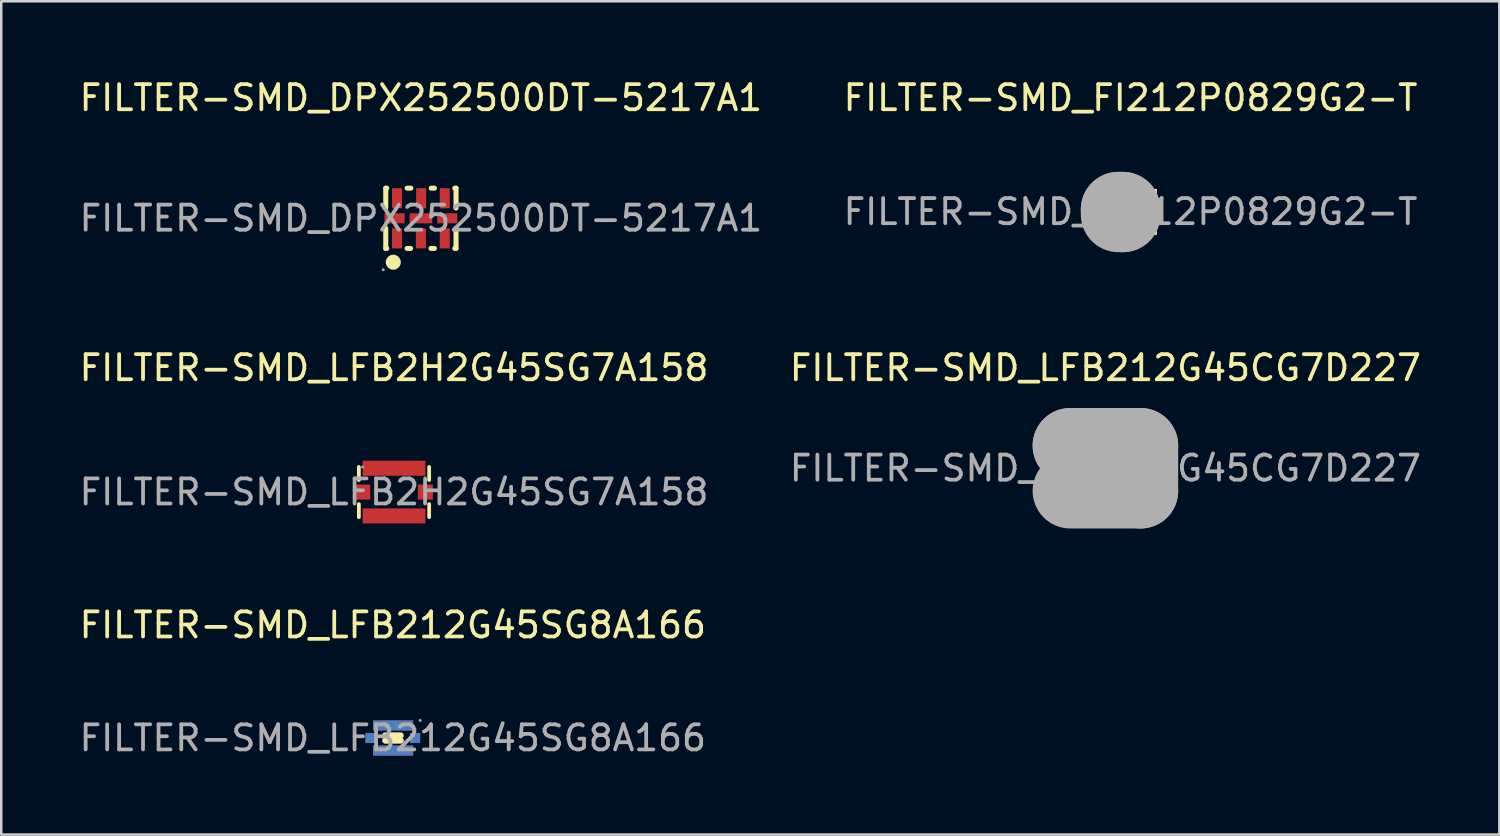
<source format=kicad_pcb>
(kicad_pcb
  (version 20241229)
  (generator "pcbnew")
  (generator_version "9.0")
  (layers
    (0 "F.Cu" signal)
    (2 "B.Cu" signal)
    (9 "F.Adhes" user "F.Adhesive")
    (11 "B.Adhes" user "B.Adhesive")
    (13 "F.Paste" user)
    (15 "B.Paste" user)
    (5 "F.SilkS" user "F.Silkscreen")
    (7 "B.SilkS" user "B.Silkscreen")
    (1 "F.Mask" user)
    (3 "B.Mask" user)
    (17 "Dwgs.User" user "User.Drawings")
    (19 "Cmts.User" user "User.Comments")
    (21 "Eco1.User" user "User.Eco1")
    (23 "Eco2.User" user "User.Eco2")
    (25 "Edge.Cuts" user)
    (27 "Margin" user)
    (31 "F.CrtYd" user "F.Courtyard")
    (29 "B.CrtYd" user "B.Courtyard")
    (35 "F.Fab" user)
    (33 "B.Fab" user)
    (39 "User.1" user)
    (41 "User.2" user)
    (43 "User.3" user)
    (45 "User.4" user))
  (footprint "FILTER-SMD_DPX252500DT-5217A1"
    (layer "F.Cu")
    (at 13.72 5.648)
    (property "Reference" "FILTER-SMD_DPX252500DT-5217A1" (at 0 -4.8 0) (layer "F.SilkS") (effects (font (size 1 1) (thickness 0.15))))
    (attr through_hole)
    (fp_line (start -1.4 -1.2) (end -1.4 -0.41) (stroke (width 0.2) (type solid)) (layer "F.SilkS"))
    (fp_line (start -1.4 0.4) (end -1.4 1.2) (stroke (width 0.2) (type solid)) (layer "F.SilkS"))
    (fp_line (start -1.4 1.2) (end -1.36 1.2) (stroke (width 0.2) (type solid)) (layer "F.SilkS"))
    (fp_line (start -1.36 -1.2) (end -1.4 -1.2) (stroke (width 0.2) (type solid)) (layer "F.SilkS"))
    (fp_line (start -0.55 1.2) (end -0.41 1.2) (stroke (width 0.2) (type solid)) (layer "F.SilkS"))
    (fp_line (start -0.4 -1.2) (end -0.55 -1.2) (stroke (width 0.2) (type solid)) (layer "F.SilkS"))
    (fp_line (start 0.4 1.2) (end 0.54 1.2) (stroke (width 0.2) (type solid)) (layer "F.SilkS"))
    (fp_line (start 0.54 -1.2) (end 0.41 -1.2) (stroke (width 0.2) (type solid)) (layer "F.SilkS"))
    (fp_line (start 1.35 1.2) (end 1.4 1.2) (stroke (width 0.2) (type solid)) (layer "F.SilkS"))
    (fp_line (start 1.4 -1.2) (end 1.35 -1.2) (stroke (width 0.2) (type solid)) (layer "F.SilkS"))
    (fp_line (start 1.4 -0.41) (end 1.4 -1.2) (stroke (width 0.2) (type solid)) (layer "F.SilkS"))
    (fp_line (start 1.4 1.2) (end 1.4 0.4) (stroke (width 0.2) (type solid)) (layer "F.SilkS"))
    (fp_arc (start -1.1 1.75) (mid -1.1 1.75) (end -1.1 1.75) (stroke (width 0.3) (type solid)) (layer "F.SilkS"))
    (fp_circle (center -1.5 2.05) (end -1.47 2.05) (stroke (width 0.06) (type solid)) (fill no) (layer "F.Fab"))
    (fp_text user "${REFERENCE}" (at 0 0 0) (layer "F.Fab") (effects (font (size 1 1) (thickness 0.15))))
    (pad "1" smd rect (at -0.95 0.8 90) (size 0.8 0.4) (layers "F.Cu" "F.Mask" "F.Paste"))
    (pad "2" smd rect (at 0 0.8 90) (size 0.8 0.4) (layers "F.Cu" "F.Mask" "F.Paste"))
    (pad "3" smd rect (at 0.95 0.8 90) (size 0.8 0.4) (layers "F.Cu" "F.Mask" "F.Paste"))
    (pad "4" smd rect (at 1.05 0 180) (size 0.8 0.4) (layers "F.Cu" "F.Mask" "F.Paste"))
    (pad "5" smd rect (at 0.95 -0.8 90) (size 0.8 0.4) (layers "F.Cu" "F.Mask" "F.Paste"))
    (pad "6" smd rect (at 0.01 -0.8 270) (size 0.8 0.4) (layers "F.Cu" "F.Mask" "F.Paste"))
    (pad "7" smd rect (at -0.95 -0.8 90) (size 0.8 0.4) (layers "F.Cu" "F.Mask" "F.Paste"))
    (pad "8" smd rect (at -1.05 0 180) (size 0.8 0.4) (layers "F.Cu" "F.Mask" "F.Paste"))
    (pad "9" smd rect (at 0 0 180) (size 0.9 0.4) (layers "F.Cu" "F.Mask" "F.Paste")))
  (footprint "FILTER-SMD_LFB2H2G45SG7A158"
    (layer "F.Cu")
    (at 12.649 16.556)
    (property "Reference" "FILTER-SMD_LFB2H2G45SG7A158" (at 0 -4.95 0) (layer "F.SilkS") (effects (font (size 1 1) (thickness 0.15))))
    (attr through_hole)
    (fp_line (start -1.4 -1) (end -1.4 -0.48) (stroke (width 0.15) (type solid)) (layer "F.SilkS"))
    (fp_line (start -1.4 0.48) (end -1.4 1) (stroke (width 0.15) (type solid)) (layer "F.SilkS"))
    (fp_line (start 1.4 -0.48) (end 1.4 -1) (stroke (width 0.15) (type solid)) (layer "F.SilkS"))
    (fp_line (start 1.4 1) (end 1.4 0.48) (stroke (width 0.15) (type solid)) (layer "F.SilkS"))
    (fp_circle (center -1.25 -1) (end -1.22 -1) (stroke (width 0.06) (type solid)) (fill no) (layer "F.Fab"))
    (fp_text user "${REFERENCE}" (at 0 0 0) (layer "F.Fab") (effects (font (size 1 1) (thickness 0.15))))
    (pad "1" smd rect (at 0 -0.95) (size 2.5 0.6) (layers "F.Cu" "F.Mask" "F.Paste"))
    (pad "2" smd rect (at 1.25 0) (size 0.6 0.6) (layers "F.Cu" "F.Mask" "F.Paste"))
    (pad "3" smd rect (at 0 0.95) (size 2.5 0.6) (layers "F.Cu" "F.Mask" "F.Paste"))
    (pad "4" smd rect (at -1.25 0) (size 0.6 0.6) (layers "F.Cu" "F.Mask" "F.Paste")))
  (footprint "FILTER-SMD_LFB212G45CG7D227"
    (layer "F.Cu")
    (at 40.994 15.607)
    (property "Reference" "FILTER-SMD_LFB212G45CG7D227" (at 0 -4 0) (layer "F.SilkS") (effects (font (size 1 1) (thickness 0.15))))
    (attr through_hole)
    (fp_line (start -1.4 -0.9) (end -1.4 -0.9) (stroke (width 3) (type solid)) (layer "F.Fab"))
    (fp_line (start -1.4 -0.9) (end 1.4 -0.9) (stroke (width 3) (type solid)) (layer "F.Fab"))
    (fp_line (start 1.4 -0.9) (end 1.4 0.9) (stroke (width 3) (type solid)) (layer "F.Fab"))
    (fp_line (start 1.4 0.9) (end -1.4 0.9) (stroke (width 3) (type solid)) (layer "F.Fab"))
    (fp_circle (center -1 0.63) (end -0.97 0.63) (stroke (width 0.06) (type solid)) (fill no) (layer "F.Fab"))
    (fp_text user "${REFERENCE}" (at 0 0 0) (layer "F.Fab") (effects (font (size 1 1) (thickness 0.15))))
    (pad "1" smd rect (at -0.72 0) (size 0.3 1.25) (layers "F.Cu" "F.Mask" "F.Paste"))
    (pad "2" smd rect (at 0.72 0 180) (size 0.3 1.25) (layers "F.Cu" "F.Mask" "F.Paste"))
    (pad "3" smd rect (at 0 0) (size 0.6 1.25) (layers "F.Cu" "F.Mask" "F.Paste")))
  (footprint "FILTER-SMD_LFB212G45SG8A166"
    (layer "F.Cu")
    (at 12.601 26.355)
    (property "Reference" "FILTER-SMD_LFB212G45SG8A166" (at 0 -4.5 0) (layer "F.SilkS") (effects (font (size 1 1) (thickness 0.15))))
    (attr through_hole)
    (fp_line (start -0.3 -0.1) (end 0.31 -0.1) (stroke (width 0.25) (type solid)) (layer "F.SilkS"))
    (fp_line (start -0.3 0.1) (end 0.31 0.1) (stroke (width 0.25) (type solid)) (layer "F.SilkS"))
    (fp_circle (center 1.09 -0.7) (end 1.12 -0.7) (stroke (width 0.06) (type solid)) (fill no) (layer "F.Fab"))
    (fp_text user "${REFERENCE}" (at 0 0 0) (layer "F.Fab") (effects (font (size 1 1) (thickness 0.15))))
    (pad "1" thru_hole rect (at 0.01 -0.5) (size 1.6 0.4) (drill 0.001) (layers "F.Cu" "F.Mask" "F.Paste"))
    (pad "2" thru_hole rect (at 0.89 0) (size 0.4 0.4) (drill 0.001) (layers "F.Cu" "F.Mask" "F.Paste"))
    (pad "3" thru_hole rect (at 0.01 0.5 180) (size 1.6 0.4) (drill 0.001) (layers "F.Cu" "F.Mask" "F.Paste"))
    (pad "4" thru_hole rect (at -0.89 0) (size 0.4 0.4) (drill 0.001) (layers "F.Cu" "F.Mask" "F.Paste")))
  (footprint "FILTER-SMD_FI212P0829G2-T"
    (layer "F.Cu")
    (at 41.994 5.388)
    (property "Reference" "FILTER-SMD_FI212P0829G2-T" (at 0 -4.54 0) (layer "F.SilkS") (effects (font (size 1 1) (thickness 0.15))))
    (attr through_hole)
    (fp_line (start -1 -0.86) (end -1 -0.74) (stroke (width 0.1) (type solid)) (layer "F.SilkS"))
    (fp_line (start -1 -0.74) (end -1 0.87) (stroke (width 0.1) (type solid)) (layer "F.SilkS"))
    (fp_line (start -1 0.87) (end 1 0.87) (stroke (width 0.1) (type solid)) (layer "F.SilkS"))
    (fp_line (start 1 -0.86) (end -1 -0.86) (stroke (width 0.1) (type solid)) (layer "F.SilkS"))
    (fp_line (start 1 0.87) (end 1 -0.86) (stroke (width 0.1) (type solid)) (layer "F.SilkS"))
    (fp_circle (center -1.17 -0.54) (end -1.09 -0.54) (stroke (width 0.1) (type solid)) (fill no) (layer "F.SilkS"))
    (fp_line (start -0.48 -0.09) (end -0.48 -0.09) (stroke (width 3) (type solid)) (layer "F.Fab"))
    (fp_line (start -0.48 -0.09) (end -0.31 -0.09) (stroke (width 3) (type solid)) (layer "F.Fab"))
    (fp_line (start -0.31 -0.09) (end -0.31 0.11) (stroke (width 3) (type solid)) (layer "F.Fab"))
    (fp_line (start -0.31 0.11) (end -0.48 0.11) (stroke (width 3) (type solid)) (layer "F.Fab"))
    (fp_circle (center -1.31 -0.92) (end -1.28 -0.92) (stroke (width 0.06) (type solid)) (fill no) (layer "F.Fab"))
    (fp_text user "${REFERENCE}" (at 0 0 0) (layer "F.Fab") (effects (font (size 1 1) (thickness 0.15))))
    (pad "1" smd rect (at -0.65 -0.54 90) (size 0.3 0.3) (layers "F.Cu" "F.Mask" "F.Paste"))
    (pad "2" smd rect (at 0.01 -0.54 90) (size 0.3 0.3) (layers "F.Cu" "F.Mask" "F.Paste"))
    (pad "3" smd rect (at 0.65 -0.54 90) (size 0.3 0.3) (layers "F.Cu" "F.Mask" "F.Paste"))
    (pad "4" smd rect (at 0.65 0.54 90) (size 0.3 0.3) (layers "F.Cu" "F.Mask" "F.Paste"))
    (pad "5" smd rect (at 0.02 0.54 90) (size 0.3 0.3) (layers "F.Cu" "F.Mask" "F.Paste"))
    (pad "6" smd rect (at -0.65 0.54 90) (size 0.3 0.3) (layers "F.Cu" "F.Mask" "F.Paste")))
  (gr_rect
    (start -3 -3)
    (end 56.69 30.203)
    (stroke (width 0.1) (type default))
    (fill no)
    (layer "Edge.Cuts")))
</source>
